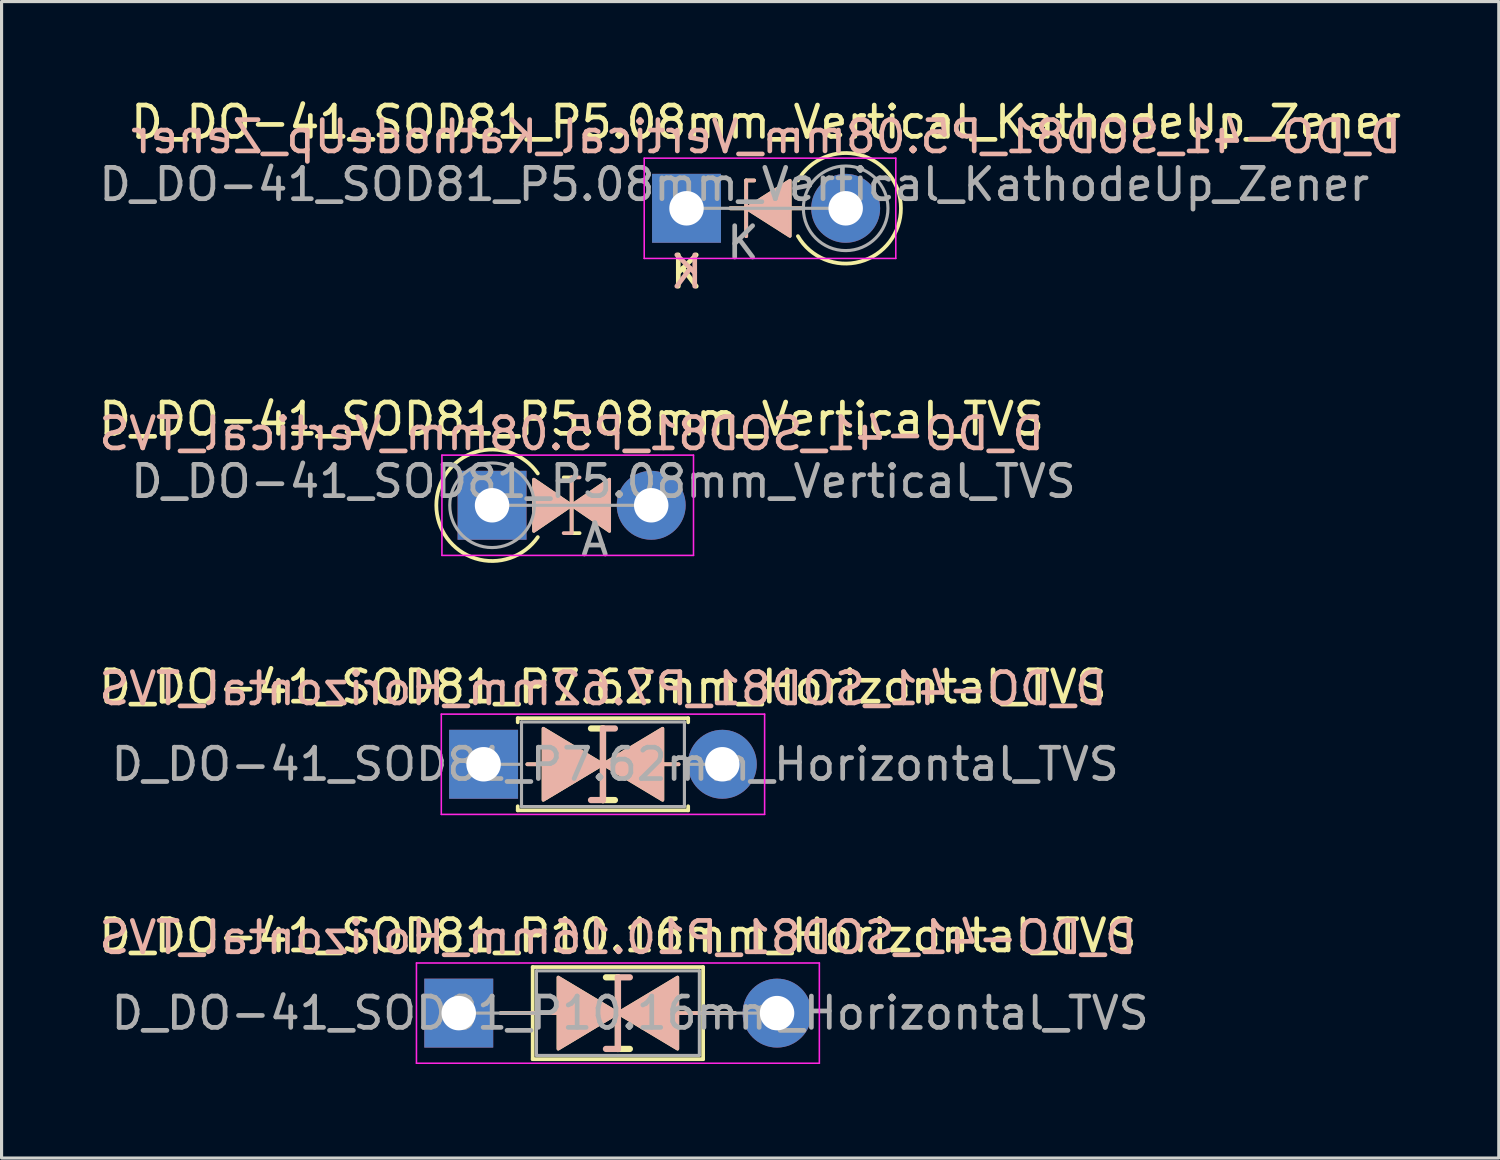
<source format=kicad_pcb>
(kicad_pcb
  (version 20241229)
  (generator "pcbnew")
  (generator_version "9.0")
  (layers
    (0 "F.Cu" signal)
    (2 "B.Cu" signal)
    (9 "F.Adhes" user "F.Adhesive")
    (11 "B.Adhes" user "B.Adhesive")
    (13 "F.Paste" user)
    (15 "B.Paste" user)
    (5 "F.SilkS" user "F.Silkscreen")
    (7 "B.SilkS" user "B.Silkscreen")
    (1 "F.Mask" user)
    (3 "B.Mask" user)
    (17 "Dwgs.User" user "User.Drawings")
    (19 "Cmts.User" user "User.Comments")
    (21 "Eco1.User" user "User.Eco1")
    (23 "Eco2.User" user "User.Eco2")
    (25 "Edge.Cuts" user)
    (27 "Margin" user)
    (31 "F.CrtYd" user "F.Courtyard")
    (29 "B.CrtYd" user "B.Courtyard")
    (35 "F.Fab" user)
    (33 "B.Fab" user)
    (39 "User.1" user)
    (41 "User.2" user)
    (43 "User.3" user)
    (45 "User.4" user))
  (footprint "D_DO-41_SOD81_P5.08mm_Vertical_KathodeUp_Zener"
    (layer "F.Cu")
    (at 18.863 3.599)
    (property "Reference" "D_DO-41_SOD81_P5.08mm_Vertical_KathodeUp_Zener" (at 2.54 -2.751 0) (layer "F.SilkS") (effects (font (size 1 1) (thickness 0.15))))
    (fp_line (start 1.905 -0.889) (end 1.905 0.889) (stroke (width 0.12) (type solid)) (layer "F.SilkS"))
    (fp_line (start 1.905 -0.889) (end 2.159 -0.889) (stroke (width 0.12) (type solid)) (layer "F.SilkS"))
    (fp_line (start 3.683 0) (end 1.397 0) (stroke (width 0.12) (type solid)) (layer "F.SilkS"))
    (fp_arc (start 3.556 -0.888999) (mid 6.844338 0) (end 3.556 0.889) (stroke (width 0.12) (type solid)) (layer "F.SilkS"))
    (fp_poly (pts (xy 3.302 0.889) (xy 1.905 0) (xy 3.302 -0.889)) (stroke (width 0.1) (type solid)) (fill yes) (layer "F.SilkS"))
    (fp_line (start 1.905 -0.889) (end 2.159 -0.889) (stroke (width 0.12) (type solid)) (layer "B.SilkS"))
    (fp_line (start 1.905 0.889) (end 1.905 -0.889) (stroke (width 0.12) (type solid)) (layer "B.SilkS"))
    (fp_line (start 3.683 0) (end 1.397 0) (stroke (width 0.12) (type solid)) (layer "B.SilkS"))
    (fp_poly (pts (xy 3.302 -0.889) (xy 1.905 0) (xy 3.302 0.889)) (stroke (width 0.1) (type solid)) (fill yes) (layer "B.SilkS"))
    (fp_line (start -1.35 -1.6) (end -1.35 1.6) (stroke (width 0.05) (type solid)) (layer "F.CrtYd"))
    (fp_line (start -1.35 1.6) (end 6.68 1.6) (stroke (width 0.05) (type solid)) (layer "F.CrtYd"))
    (fp_line (start 6.68 -1.6) (end -1.35 -1.6) (stroke (width 0.05) (type solid)) (layer "F.CrtYd"))
    (fp_line (start 6.68 1.6) (end 6.68 -1.6) (stroke (width 0.05) (type solid)) (layer "F.CrtYd"))
    (fp_line (start 0 0) (end 5.08 0) (stroke (width 0.1) (type solid)) (layer "F.Fab"))
    (fp_circle (center 5.08 0) (end 6.43 0) (stroke (width 0.1) (type solid)) (fill no) (layer "F.Fab"))
    (fp_text user "K" (at 0 2.032 0) (layer "F.SilkS") (effects (font (size 1 1) (thickness 0.15))))
    (fp_text user "${REFERENCE}" (at 2.54 -2.286 0) (layer "B.SilkS") (effects (font (size 1 1) (thickness 0.15)) (justify mirror)))
    (fp_text user "K" (at 0 2.032 0) (layer "B.SilkS") (effects (font (size 1 1) (thickness 0.15)) (justify mirror)))
    (fp_text user "${REFERENCE}" (at 1.524 -0.762 0) (layer "F.Fab") (effects (font (size 1 1) (thickness 0.15))))
    (fp_text user "K" (at 1.8 1.1 0) (layer "F.Fab") (effects (font (size 1 1) (thickness 0.15))))
    (pad "1" thru_hole rect (at 0 0) (size 2.2 2.2) (drill 1.1) (layers "*.Cu" "*.Mask"))
    (pad "2" thru_hole oval (at 5.08 0) (size 2.2 2.2) (drill 1.1) (layers "*.Cu" "*.Mask")))
  (footprint "D_DO-41_SOD81_P10.16mm_Horizontal_TVS"
    (layer "F.Cu")
    (at 11.593 29.288)
    (property "Reference" "D_DO-41_SOD81_P10.16mm_Horizontal_TVS" (at 5.08 -2.47 0) (layer "F.SilkS") (effects (font (size 1 1) (thickness 0.15))))
    (fp_line (start 1.34 0) (end 2.36 0) (stroke (width 0.12) (type solid)) (layer "F.SilkS"))
    (fp_line (start 2.36 -1.47) (end 2.36 1.47) (stroke (width 0.12) (type solid)) (layer "F.SilkS"))
    (fp_line (start 2.36 0) (end 3.175 0) (stroke (width 0.12) (type solid)) (layer "F.SilkS"))
    (fp_line (start 2.36 1.47) (end 7.8 1.47) (stroke (width 0.12) (type solid)) (layer "F.SilkS"))
    (fp_line (start 5.08 -1.143) (end 4.699 -1.143) (stroke (width 0.2) (type solid)) (layer "F.SilkS"))
    (fp_line (start 5.08 1.143) (end 5.08 -1.143) (stroke (width 0.2) (type solid)) (layer "F.SilkS"))
    (fp_line (start 5.461 1.143) (end 5.08 1.143) (stroke (width 0.2) (type solid)) (layer "F.SilkS"))
    (fp_line (start 6.985 0) (end 7.8 0) (stroke (width 0.12) (type solid)) (layer "F.SilkS"))
    (fp_line (start 7.8 -1.47) (end 2.36 -1.47) (stroke (width 0.12) (type solid)) (layer "F.SilkS"))
    (fp_line (start 7.8 1.47) (end 7.8 -1.47) (stroke (width 0.12) (type solid)) (layer "F.SilkS"))
    (fp_line (start 8.82 0) (end 7.8 0) (stroke (width 0.12) (type solid)) (layer "F.SilkS"))
    (fp_poly (pts (xy 5.08 0) (xy 3.175 1.143) (xy 3.175 -1.143)) (stroke (width 0.1) (type solid)) (fill yes) (layer "F.SilkS"))
    (fp_poly (pts (xy 5.08 0) (xy 6.985 -1.143) (xy 6.985 1.143)) (stroke (width 0.1) (type solid)) (fill yes) (layer "F.SilkS"))
    (fp_line (start 1.34 0) (end 2.36 0) (stroke (width 0.12) (type solid)) (layer "B.SilkS"))
    (fp_line (start 2.36 0) (end 3.175 0) (stroke (width 0.12) (type solid)) (layer "B.SilkS"))
    (fp_line (start 5.08 -1.143) (end 5.08 1.143) (stroke (width 0.2) (type solid)) (layer "B.SilkS"))
    (fp_line (start 5.08 1.143) (end 4.699 1.143) (stroke (width 0.2) (type solid)) (layer "B.SilkS"))
    (fp_line (start 5.461 -1.143) (end 5.08 -1.143) (stroke (width 0.2) (type solid)) (layer "B.SilkS"))
    (fp_line (start 6.985 0) (end 7.8 0) (stroke (width 0.12) (type solid)) (layer "B.SilkS"))
    (fp_line (start 8.82 0) (end 7.8 0) (stroke (width 0.12) (type solid)) (layer "B.SilkS"))
    (fp_poly (pts (xy 5.08 0) (xy 3.175 -1.143) (xy 3.175 1.143)) (stroke (width 0.1) (type solid)) (fill yes) (layer "B.SilkS"))
    (fp_poly (pts (xy 5.08 0) (xy 6.985 1.143) (xy 6.985 -1.143)) (stroke (width 0.1) (type solid)) (fill yes) (layer "B.SilkS"))
    (fp_line (start -1.35 -1.6) (end -1.35 1.6) (stroke (width 0.05) (type solid)) (layer "F.CrtYd"))
    (fp_line (start -1.35 1.6) (end 11.51 1.6) (stroke (width 0.05) (type solid)) (layer "F.CrtYd"))
    (fp_line (start 11.51 -1.6) (end -1.35 -1.6) (stroke (width 0.05) (type solid)) (layer "F.CrtYd"))
    (fp_line (start 11.51 1.6) (end 11.51 -1.6) (stroke (width 0.05) (type solid)) (layer "F.CrtYd"))
    (fp_line (start 0 0) (end 2.48 0) (stroke (width 0.1) (type solid)) (layer "F.Fab"))
    (fp_line (start 2.48 -1.35) (end 2.48 1.35) (stroke (width 0.1) (type solid)) (layer "F.Fab"))
    (fp_line (start 2.48 1.35) (end 7.68 1.35) (stroke (width 0.1) (type solid)) (layer "F.Fab"))
    (fp_line (start 7.68 -1.35) (end 2.48 -1.35) (stroke (width 0.1) (type solid)) (layer "F.Fab"))
    (fp_line (start 7.68 1.35) (end 7.68 -1.35) (stroke (width 0.1) (type solid)) (layer "F.Fab"))
    (fp_line (start 10.16 0) (end 7.68 0) (stroke (width 0.1) (type solid)) (layer "F.Fab"))
    (fp_text user "${REFERENCE}" (at 5.08 -2.413 0) (layer "B.SilkS") (effects (font (size 1 1) (thickness 0.15)) (justify mirror)))
    (fp_text user "${REFERENCE}" (at 5.47 0 0) (layer "F.Fab") (effects (font (size 1 1) (thickness 0.15))))
    (pad "1" thru_hole rect (at 0 0) (size 2.2 2.2) (drill 1.1) (layers "*.Cu" "*.Mask"))
    (pad "2" thru_hole oval (at 10.16 0) (size 2.2 2.2) (drill 1.1) (layers "*.Cu" "*.Mask")))
  (footprint "D_DO-41_SOD81_P5.08mm_Vertical_TVS"
    (layer "F.Cu")
    (at 12.656 13.078)
    (property "Reference" "D_DO-41_SOD81_P5.08mm_Vertical_TVS" (at 2.54 -2.751 0) (layer "F.SilkS") (effects (font (size 1 1) (thickness 0.15))))
    (fp_line (start 2.286 -0.889) (end 2.54 -0.889) (stroke (width 0.12) (type solid)) (layer "F.SilkS"))
    (fp_line (start 2.54 -0.889) (end 2.54 0.889) (stroke (width 0.12) (type solid)) (layer "F.SilkS"))
    (fp_line (start 2.54 0.889) (end 2.794 0.889) (stroke (width 0.12) (type solid)) (layer "F.SilkS"))
    (fp_arc (start 1.4605 1.016) (mid -1.779134 0) (end 1.4605 -1.016) (stroke (width 0.12) (type solid)) (layer "F.SilkS"))
    (fp_poly (pts (xy 1.333 -0.826) (xy 2.54 0) (xy 1.333 0.826)) (stroke (width 0.1) (type solid)) (fill yes) (layer "F.SilkS"))
    (fp_poly (pts (xy 3.747 0.826) (xy 2.54 0) (xy 3.747 -0.826)) (stroke (width 0.1) (type solid)) (fill yes) (layer "F.SilkS"))
    (fp_line (start 2.286 0.889) (end 2.54 0.889) (stroke (width 0.12) (type solid)) (layer "B.SilkS"))
    (fp_line (start 2.54 -0.889) (end 2.794 -0.889) (stroke (width 0.12) (type solid)) (layer "B.SilkS"))
    (fp_line (start 2.54 0.889) (end 2.54 -0.889) (stroke (width 0.12) (type solid)) (layer "B.SilkS"))
    (fp_poly (pts (xy 1.333 0.826) (xy 2.54 0) (xy 1.333 -0.826)) (stroke (width 0.1) (type solid)) (fill yes) (layer "B.SilkS"))
    (fp_poly (pts (xy 3.747 -0.826) (xy 2.54 0) (xy 3.747 0.826)) (stroke (width 0.1) (type solid)) (fill yes) (layer "B.SilkS"))
    (fp_line (start -1.6 -1.6) (end -1.6 1.6) (stroke (width 0.05) (type solid)) (layer "F.CrtYd"))
    (fp_line (start -1.6 1.6) (end 6.43 1.6) (stroke (width 0.05) (type solid)) (layer "F.CrtYd"))
    (fp_line (start 6.43 -1.6) (end -1.6 -1.6) (stroke (width 0.05) (type solid)) (layer "F.CrtYd"))
    (fp_line (start 6.43 1.6) (end 6.43 -1.6) (stroke (width 0.05) (type solid)) (layer "F.CrtYd"))
    (fp_line (start 0 0) (end 5.08 0) (stroke (width 0.1) (type solid)) (layer "F.Fab"))
    (fp_circle (center 0 0) (end 1.35 0) (stroke (width 0.1) (type solid)) (fill no) (layer "F.Fab"))
    (fp_text user "${REFERENCE}" (at 2.54 -2.286 0) (layer "B.SilkS") (effects (font (size 1 1) (thickness 0.15)) (justify mirror)))
    (fp_text user "A" (at 3.28 1.1 0) (layer "F.Fab") (effects (font (size 1 1) (thickness 0.15))))
    (fp_text user "${REFERENCE}" (at 3.556 -0.762 0) (layer "F.Fab") (effects (font (size 1 1) (thickness 0.15))))
    (pad "1" thru_hole rect (at 0 0) (size 2.2 2.2) (drill 1.1) (layers "*.Cu" "*.Mask"))
    (pad "2" thru_hole oval (at 5.08 0) (size 2.2 2.2) (drill 1.1) (layers "*.Cu" "*.Mask")))
  (footprint "D_DO-41_SOD81_P7.62mm_Horizontal_TVS"
    (layer "F.Cu")
    (at 12.386 21.345)
    (property "Reference" "D_DO-41_SOD81_P7.62mm_Horizontal_TVS" (at 3.81 -2.47 0) (layer "F.SilkS") (effects (font (size 1 1) (thickness 0.15))))
    (fp_line (start 1.09 -1.47) (end 6.53 -1.47) (stroke (width 0.12) (type solid)) (layer "F.SilkS"))
    (fp_line (start 1.09 -1.34) (end 1.09 -1.47) (stroke (width 0.12) (type solid)) (layer "F.SilkS"))
    (fp_line (start 1.09 1.34) (end 1.09 1.47) (stroke (width 0.12) (type solid)) (layer "F.SilkS"))
    (fp_line (start 1.09 1.47) (end 6.53 1.47) (stroke (width 0.12) (type solid)) (layer "F.SilkS"))
    (fp_line (start 1.397 0) (end 1.905 0) (stroke (width 0.12) (type solid)) (layer "F.SilkS"))
    (fp_line (start 3.81 -1.143) (end 3.429 -1.143) (stroke (width 0.2) (type solid)) (layer "F.SilkS"))
    (fp_line (start 3.81 1.143) (end 3.81 -1.143) (stroke (width 0.2) (type solid)) (layer "F.SilkS"))
    (fp_line (start 4.191 1.143) (end 3.81 1.143) (stroke (width 0.2) (type solid)) (layer "F.SilkS"))
    (fp_line (start 5.715 0) (end 6.223 0) (stroke (width 0.12) (type solid)) (layer "F.SilkS"))
    (fp_line (start 6.53 -1.47) (end 6.53 -1.34) (stroke (width 0.12) (type solid)) (layer "F.SilkS"))
    (fp_line (start 6.53 1.47) (end 6.53 1.34) (stroke (width 0.12) (type solid)) (layer "F.SilkS"))
    (fp_poly (pts (xy 3.81 0) (xy 1.905 1.143) (xy 1.905 -1.143)) (stroke (width 0.1) (type solid)) (fill yes) (layer "F.SilkS"))
    (fp_poly (pts (xy 3.81 0) (xy 5.715 -1.143) (xy 5.715 1.143)) (stroke (width 0.1) (type solid)) (fill yes) (layer "F.SilkS"))
    (fp_line (start 1.397 0) (end 1.905 0) (stroke (width 0.12) (type solid)) (layer "B.SilkS"))
    (fp_line (start 3.81 -1.143) (end 3.81 1.143) (stroke (width 0.2) (type solid)) (layer "B.SilkS"))
    (fp_line (start 3.81 1.143) (end 3.429 1.143) (stroke (width 0.2) (type solid)) (layer "B.SilkS"))
    (fp_line (start 4.191 -1.143) (end 3.81 -1.143) (stroke (width 0.2) (type solid)) (layer "B.SilkS"))
    (fp_line (start 5.715 0) (end 6.223 0) (stroke (width 0.12) (type solid)) (layer "B.SilkS"))
    (fp_poly (pts (xy 3.81 0) (xy 1.905 -1.143) (xy 1.905 1.143)) (stroke (width 0.1) (type solid)) (fill yes) (layer "B.SilkS"))
    (fp_poly (pts (xy 3.81 0) (xy 5.715 1.143) (xy 5.715 -1.143)) (stroke (width 0.1) (type solid)) (fill yes) (layer "B.SilkS"))
    (fp_line (start -1.35 -1.6) (end -1.35 1.6) (stroke (width 0.05) (type solid)) (layer "F.CrtYd"))
    (fp_line (start -1.35 1.6) (end 8.97 1.6) (stroke (width 0.05) (type solid)) (layer "F.CrtYd"))
    (fp_line (start 8.97 -1.6) (end -1.35 -1.6) (stroke (width 0.05) (type solid)) (layer "F.CrtYd"))
    (fp_line (start 8.97 1.6) (end 8.97 -1.6) (stroke (width 0.05) (type solid)) (layer "F.CrtYd"))
    (fp_line (start 0 0) (end 1.21 0) (stroke (width 0.1) (type solid)) (layer "F.Fab"))
    (fp_line (start 1.21 -1.35) (end 1.21 1.35) (stroke (width 0.1) (type solid)) (layer "F.Fab"))
    (fp_line (start 1.21 1.35) (end 6.41 1.35) (stroke (width 0.1) (type solid)) (layer "F.Fab"))
    (fp_line (start 6.41 -1.35) (end 1.21 -1.35) (stroke (width 0.1) (type solid)) (layer "F.Fab"))
    (fp_line (start 6.41 1.35) (end 6.41 -1.35) (stroke (width 0.1) (type solid)) (layer "F.Fab"))
    (fp_line (start 7.62 0) (end 6.41 0) (stroke (width 0.1) (type solid)) (layer "F.Fab"))
    (fp_text user "${REFERENCE}" (at 3.81 -2.413 0) (layer "B.SilkS") (effects (font (size 1 1) (thickness 0.15)) (justify mirror)))
    (fp_text user "${REFERENCE}" (at 4.2 0 0) (layer "F.Fab") (effects (font (size 1 1) (thickness 0.15))))
    (pad "1" thru_hole rect (at 0 0) (size 2.2 2.2) (drill 1.1) (layers "*.Cu" "*.Mask"))
    (pad "2" thru_hole oval (at 7.62 0) (size 2.2 2.2) (drill 1.1) (layers "*.Cu" "*.Mask")))
  (gr_rect
    (start -3 -3)
    (end 44.79 33.913)
    (stroke (width 0.1) (type default))
    (fill no)
    (layer "Edge.Cuts")))
</source>
